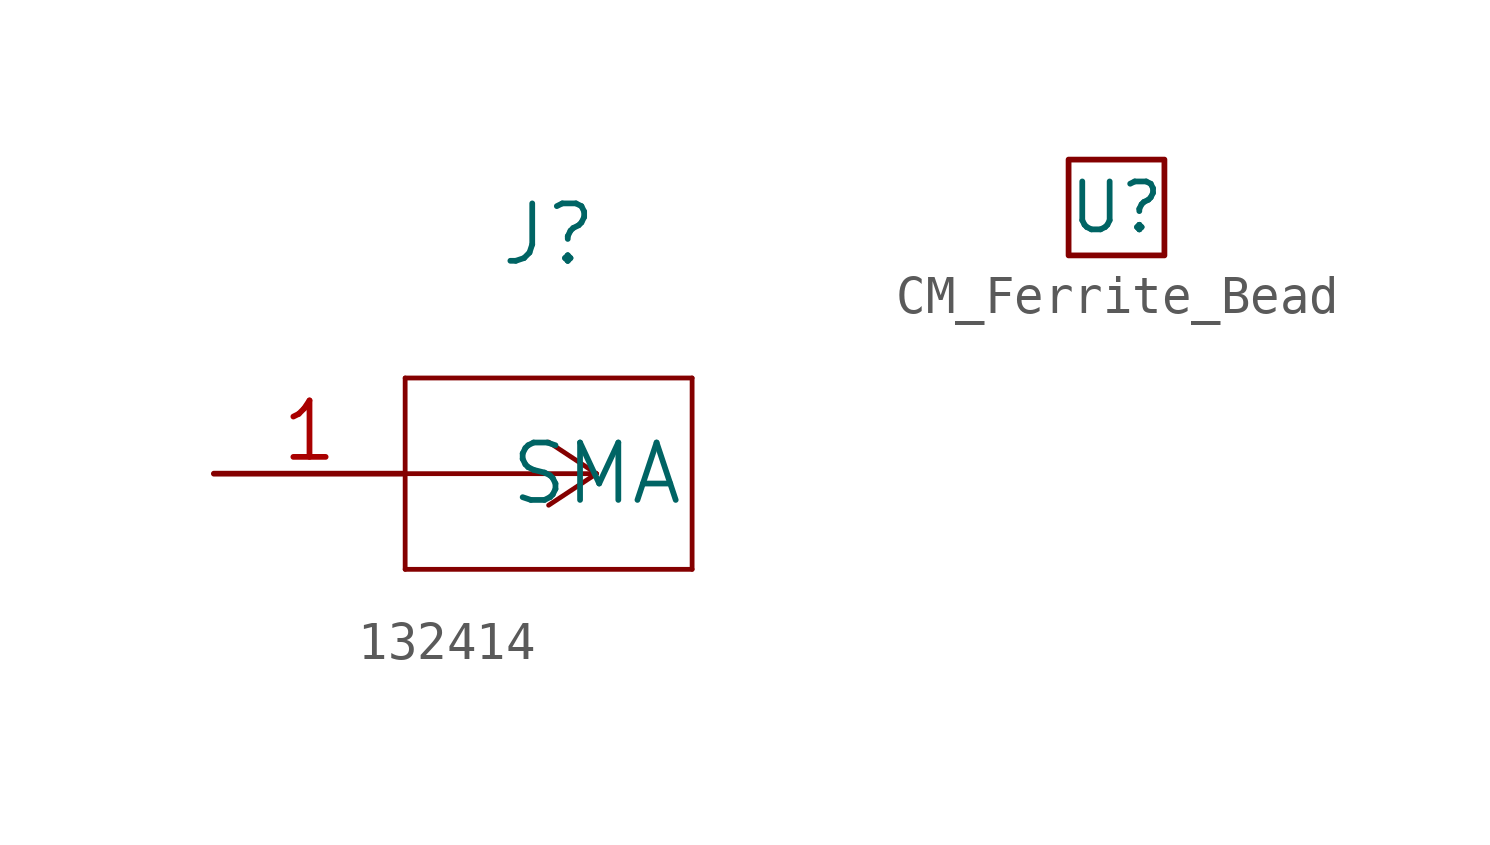
<source format=kicad_sym>
(kicad_symbol_lib
  (version 20220914)
  (generator kicad_symbol_editor)
  (symbol "132414"
    (pin_names
      (offset 0.254) hide)
    (property "Reference" "J"
      (at 8.89 6.35 0)
      (effects (font (size 1.524 1.524))))
    (property "Value" "SMA"
      (at 10.16 0 0)
      (effects (font (size 1.524 1.524))))
    (property "Datasheet" ""
      (at 0 0 0)
      (effects (font (size 1.524 1.524))))
    (property "ki_locked" ""
      (at 0 0 0)
      (effects (font (size 1.27 1.27))))
    (symbol "132414_1_1"
      (polyline (pts (xy 5.08 -2.54) (xy 12.7 -2.54)) (stroke (width 0.127) (type solid)) (fill (type none)))
      (polyline (pts (xy 5.08 2.54) (xy 5.08 -2.54)) (stroke (width 0.127) (type solid)) (fill (type none)))
      (polyline (pts (xy 10.16 0) (xy 5.08 0)) (stroke (width 0.127) (type solid)) (fill (type none)))
      (polyline (pts (xy 10.16 0) (xy 8.89 -0.838)) (stroke (width 0.127) (type solid)) (fill (type none)))
      (polyline (pts (xy 10.16 0) (xy 8.89 0.838)) (stroke (width 0.127) (type solid)) (fill (type none)))
      (polyline (pts (xy 12.7 -2.54) (xy 12.7 2.54)) (stroke (width 0.127) (type solid)) (fill (type none)))
      (polyline (pts (xy 12.7 2.54) (xy 5.08 2.54)) (stroke (width 0.127) (type solid)) (fill (type none)))
      (pin unspecified line (at 0 0 0) (length 5.08) (name "1" (effects (font (size 1.499 1.499)))) (number "1" (effects (font (size 1.499 1.499)))))))
  (symbol "CM_Ferrite_Bead"
    (property "Reference" "U"
      (at 0 0 0)
      (effects (font (size 1.27 1.27))))
    (property "Value" ""
      (at 0 0 0)
      (effects (font (size 1.27 1.27))))
    (symbol "CM_Ferrite_Bead_0_1"
      (rectangle (start -1.27 1.27) (end 1.27 -1.27) (stroke (width 0) (type default)) (fill (type none))))))
</source>
